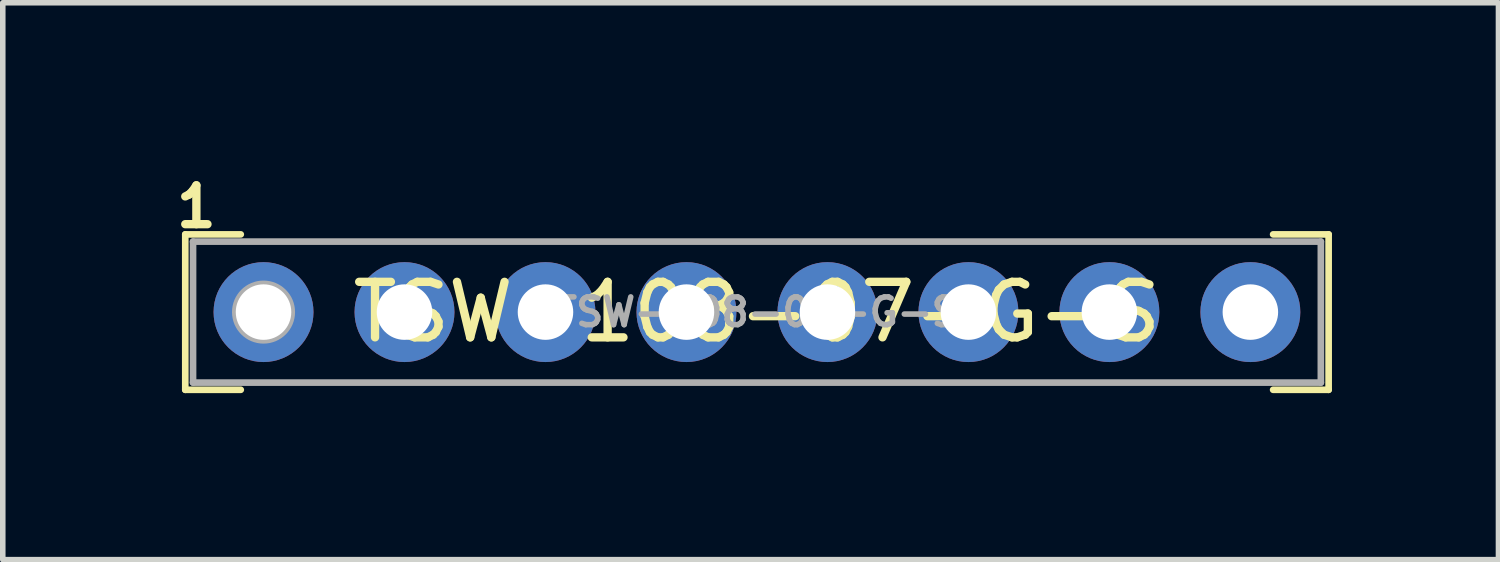
<source format=kicad_pcb>
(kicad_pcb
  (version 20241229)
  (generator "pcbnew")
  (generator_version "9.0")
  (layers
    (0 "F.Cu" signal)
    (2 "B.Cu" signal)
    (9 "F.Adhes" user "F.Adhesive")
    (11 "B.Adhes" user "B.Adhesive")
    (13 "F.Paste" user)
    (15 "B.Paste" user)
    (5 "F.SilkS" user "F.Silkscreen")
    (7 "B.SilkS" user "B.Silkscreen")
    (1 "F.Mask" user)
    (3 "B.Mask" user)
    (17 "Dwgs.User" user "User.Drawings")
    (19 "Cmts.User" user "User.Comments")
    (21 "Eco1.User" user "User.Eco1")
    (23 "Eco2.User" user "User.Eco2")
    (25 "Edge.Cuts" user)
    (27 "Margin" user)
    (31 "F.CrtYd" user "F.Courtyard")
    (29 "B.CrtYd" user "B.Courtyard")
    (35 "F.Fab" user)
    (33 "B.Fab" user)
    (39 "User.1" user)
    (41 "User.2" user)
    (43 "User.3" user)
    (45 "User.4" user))
  (footprint "TSW-108-07-G-S"
    (layer "F.Cu")
    (at 10.588 2.573)
    (property "Reference" "TSW-108-07-G-S" (at 0 0 0) (layer "F.SilkS") (effects (font (size 1 1) (thickness 0.15))))
    (attr through_hole)
    (fp_line (start -10.3 -1.4) (end -10.3 1.4) (stroke (width 0.12) (type solid)) (layer "F.SilkS"))
    (fp_line (start -10.3 -1.4) (end -9.3 -1.4) (stroke (width 0.12) (type solid)) (layer "F.SilkS"))
    (fp_line (start -10.3 1.4) (end -9.3 1.4) (stroke (width 0.12) (type solid)) (layer "F.SilkS"))
    (fp_line (start 10.3 -1.4) (end 9.3 -1.4) (stroke (width 0.12) (type solid)) (layer "F.SilkS"))
    (fp_line (start 10.3 1.4) (end 9.3 1.4) (stroke (width 0.12) (type solid)) (layer "F.SilkS"))
    (fp_line (start 10.3 1.4) (end 10.3 -1.4) (stroke (width 0.12) (type solid)) (layer "F.SilkS"))
    (fp_line (start -10.16 -1.27) (end -10.16 1.27) (stroke (width 0.12) (type solid)) (layer "F.Fab"))
    (fp_line (start -10.16 1.27) (end 10.16 1.27) (stroke (width 0.12) (type solid)) (layer "F.Fab"))
    (fp_line (start 10.16 -1.27) (end -10.16 -1.27) (stroke (width 0.12) (type solid)) (layer "F.Fab"))
    (fp_line (start 10.16 1.27) (end 10.16 -1.27) (stroke (width 0.12) (type solid)) (layer "F.Fab"))
    (fp_circle (center -8.89 0) (end -8.89 -0.508) (stroke (width 0.12) (type solid)) (fill no) (layer "F.Fab"))
    (fp_text user "1" (at -10.1 -1.9 0) (layer "F.SilkS") (effects (font (size 0.7 0.7) (thickness 0.15))))
    (fp_text user "${REFERENCE}" (at 0 0 0) (layer "F.Fab") (effects (font (size 0.5 0.5) (thickness 0.1))))
    (pad "1" thru_hole circle (at -8.89 0) (size 1.8 1.8) (drill 1) (layers "*.Cu" "*.Mask"))
    (pad "2" thru_hole circle (at -6.35 0) (size 1.8 1.8) (drill 1) (layers "*.Cu" "*.Mask"))
    (pad "3" thru_hole circle (at -3.81 0) (size 1.8 1.8) (drill 1) (layers "*.Cu" "*.Mask"))
    (pad "4" thru_hole circle (at -1.27 0) (size 1.8 1.8) (drill 1) (layers "*.Cu" "*.Mask"))
    (pad "5" thru_hole circle (at 1.27 0) (size 1.8 1.8) (drill 1) (layers "*.Cu" "*.Mask"))
    (pad "6" thru_hole circle (at 3.81 0) (size 1.8 1.8) (drill 1) (layers "*.Cu" "*.Mask"))
    (pad "7" thru_hole circle (at 6.35 0) (size 1.8 1.8) (drill 1) (layers "*.Cu" "*.Mask"))
    (pad "8" thru_hole circle (at 8.89 0) (size 1.8 1.8) (drill 1) (layers "*.Cu" "*.Mask")))
  (gr_rect
    (start -3 -3)
    (end 23.948 7.033)
    (stroke (width 0.1) (type default))
    (fill no)
    (layer "Edge.Cuts")))
</source>
